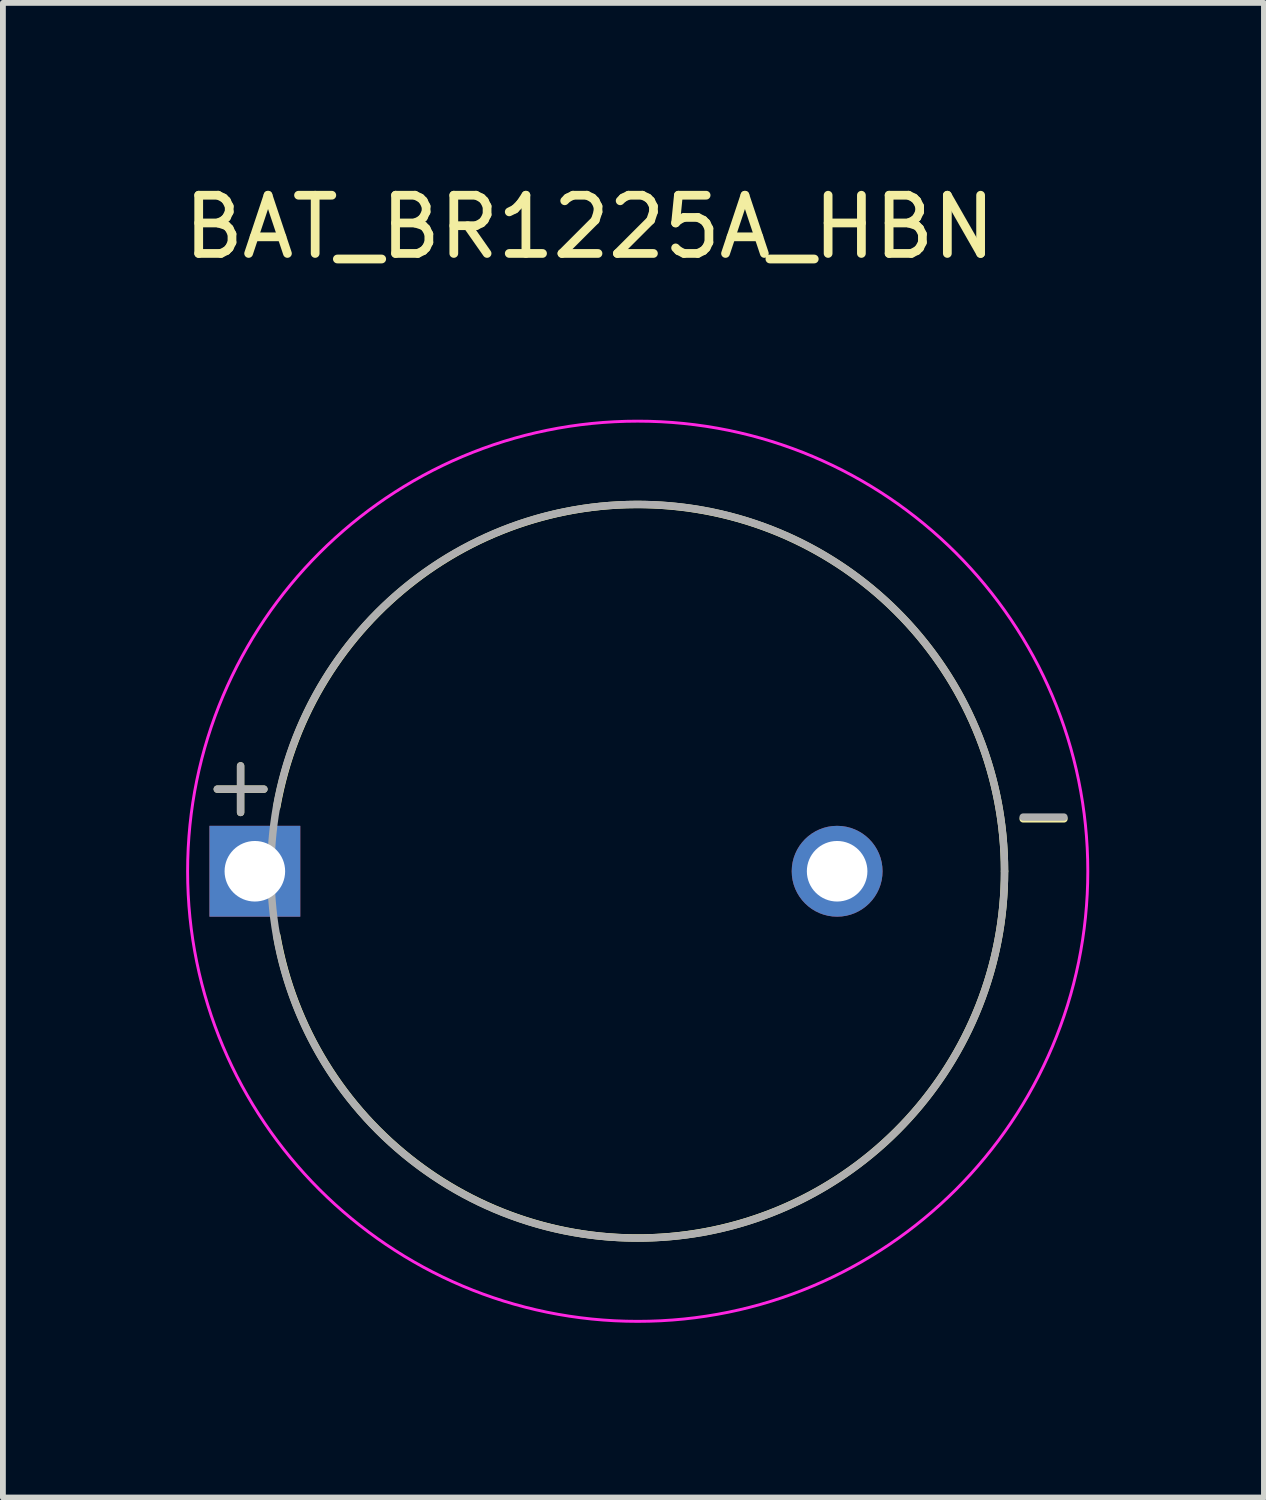
<source format=kicad_pcb>
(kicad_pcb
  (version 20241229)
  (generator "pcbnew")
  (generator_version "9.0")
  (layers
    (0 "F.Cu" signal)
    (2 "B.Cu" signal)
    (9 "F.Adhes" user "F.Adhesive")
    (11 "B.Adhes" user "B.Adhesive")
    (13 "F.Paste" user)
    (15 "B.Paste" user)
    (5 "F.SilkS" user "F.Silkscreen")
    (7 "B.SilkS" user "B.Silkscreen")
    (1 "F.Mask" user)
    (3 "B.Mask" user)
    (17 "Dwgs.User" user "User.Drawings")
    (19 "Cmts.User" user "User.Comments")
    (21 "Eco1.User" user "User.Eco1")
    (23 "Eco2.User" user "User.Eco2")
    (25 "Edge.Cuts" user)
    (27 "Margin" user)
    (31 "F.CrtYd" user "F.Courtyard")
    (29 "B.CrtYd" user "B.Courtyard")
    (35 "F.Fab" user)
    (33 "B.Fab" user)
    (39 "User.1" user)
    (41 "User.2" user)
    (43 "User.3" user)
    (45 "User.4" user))
  (footprint "BAT_BR1225A_HBN"
    (layer "F.Cu")
    (at 7.902 11.913)
    (property "Reference" "BAT_BR1225A_HBN" (at -0.825 -11.065 0) (layer "F.SilkS") (effects (font (size 1 1) (thickness 0.15))))
    (attr through_hole)
    (fp_line (start -7.22 -1.41) (end -6.42 -1.41) (stroke (width 0.127) (type solid)) (layer "F.SilkS"))
    (fp_line (start -6.82 -1.81) (end -6.82 -1.01) (stroke (width 0.127) (type solid)) (layer "F.SilkS"))
    (fp_line (start 6.62 -0.9) (end 7.32 -0.9) (stroke (width 0.127) (type solid)) (layer "F.SilkS"))
    (fp_arc (start -6.2 -1.1) (mid 0.553713 -6.27401) (end 6.3 0) (stroke (width 0.127) (type solid)) (layer "F.SilkS"))
    (fp_arc (start 6.3 0) (mid 0.553713 6.27401) (end -6.2 1.1) (stroke (width 0.127) (type solid)) (layer "F.SilkS"))
    (fp_circle (center 0 0) (end 7.73 0) (stroke (width 0.05) (type solid)) (fill no) (layer "F.CrtYd"))
    (fp_line (start -7.22 -1.41) (end -6.42 -1.41) (stroke (width 0.127) (type solid)) (layer "F.Fab"))
    (fp_line (start -6.82 -1.81) (end -6.82 -1.01) (stroke (width 0.127) (type solid)) (layer "F.Fab"))
    (fp_line (start 6.62 -0.93) (end 7.32 -0.93) (stroke (width 0.127) (type solid)) (layer "F.Fab"))
    (fp_circle (center 0 0) (end 6.3 0) (stroke (width 0.127) (type solid)) (fill no) (layer "F.Fab"))
    (pad "1" thru_hole rect (at -6.575 0) (size 1.56 1.56) (drill 1.04) (layers "*.Cu" "*.Mask"))
    (pad "2" thru_hole circle (at 3.425 0) (size 1.56 1.56) (drill 1.04) (layers "*.Cu" "*.Mask")))
  (gr_rect
    (start -3 -3)
    (end 18.657 22.668)
    (stroke (width 0.1) (type default))
    (fill no)
    (layer "Edge.Cuts")))
</source>
